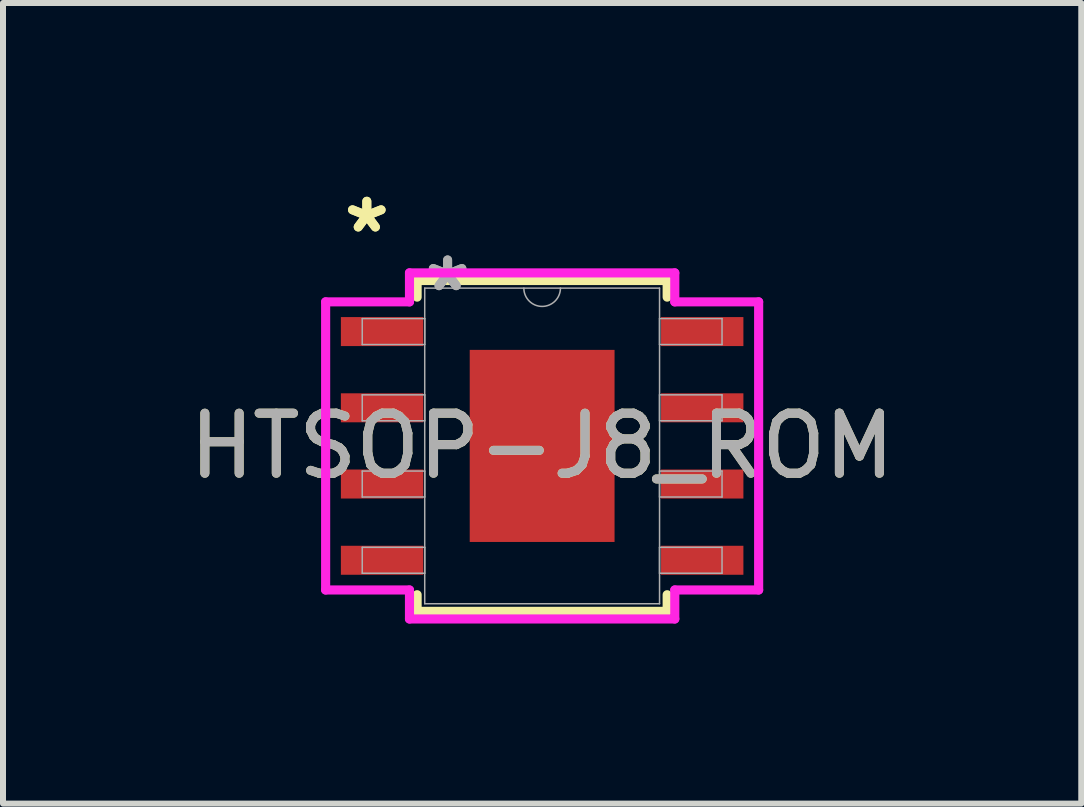
<source format=kicad_pcb>
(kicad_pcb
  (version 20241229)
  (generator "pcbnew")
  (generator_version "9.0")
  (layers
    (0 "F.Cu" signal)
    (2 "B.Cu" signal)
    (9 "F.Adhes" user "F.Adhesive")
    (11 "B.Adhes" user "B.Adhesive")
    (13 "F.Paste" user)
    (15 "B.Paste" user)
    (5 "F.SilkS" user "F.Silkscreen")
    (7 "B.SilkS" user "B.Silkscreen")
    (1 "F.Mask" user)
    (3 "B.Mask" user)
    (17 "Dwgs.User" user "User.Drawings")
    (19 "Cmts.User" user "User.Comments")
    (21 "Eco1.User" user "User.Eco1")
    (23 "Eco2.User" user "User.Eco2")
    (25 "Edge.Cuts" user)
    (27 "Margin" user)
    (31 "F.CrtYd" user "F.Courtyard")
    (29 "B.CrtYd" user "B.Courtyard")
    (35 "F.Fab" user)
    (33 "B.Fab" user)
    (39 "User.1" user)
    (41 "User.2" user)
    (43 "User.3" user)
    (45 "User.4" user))
  (footprint "HTSOP-J8_ROM"
    (layer "F.Cu")
    (at 5.982 4.379)
    (property "Reference" "HTSOP-J8_ROM" (at 0 0 0) (unlocked yes) (layer "F.SilkS") (effects (font (size 1 1) (thickness 0.15))))
    (attr smd)
    (fp_line (start -2.083 -2.756) (end -2.083 -2.479) (stroke (width 0.152) (type solid)) (layer "F.SilkS"))
    (fp_line (start -2.083 2.479) (end -2.083 2.756) (stroke (width 0.152) (type solid)) (layer "F.SilkS"))
    (fp_line (start -2.083 2.756) (end 2.083 2.756) (stroke (width 0.152) (type solid)) (layer "F.SilkS"))
    (fp_line (start 2.083 -2.756) (end -2.083 -2.756) (stroke (width 0.152) (type solid)) (layer "F.SilkS"))
    (fp_line (start 2.083 -2.479) (end 2.083 -2.756) (stroke (width 0.152) (type solid)) (layer "F.SilkS"))
    (fp_line (start 2.083 2.756) (end 2.083 2.479) (stroke (width 0.152) (type solid)) (layer "F.SilkS"))
    (fp_poly (pts (xy -1.107 -1.5) (xy -1.107 -0.1) (xy 1.107 -0.1) (xy 1.107 -1.5)) (stroke (width 0) (type solid)) (fill yes) (layer "F.Paste"))
    (fp_poly (pts (xy -1.107 0.1) (xy -1.107 1.5) (xy 1.107 1.5) (xy 1.107 0.1)) (stroke (width 0) (type solid)) (fill yes) (layer "F.Paste"))
    (fp_line (start -3.607 -2.4) (end -2.21 -2.4) (stroke (width 0.152) (type solid)) (layer "F.CrtYd"))
    (fp_line (start -3.607 2.4) (end -3.607 -2.4) (stroke (width 0.152) (type solid)) (layer "F.CrtYd"))
    (fp_line (start -3.607 2.4) (end -2.21 2.4) (stroke (width 0.152) (type solid)) (layer "F.CrtYd"))
    (fp_line (start -2.21 -2.883) (end 2.21 -2.883) (stroke (width 0.152) (type solid)) (layer "F.CrtYd"))
    (fp_line (start -2.21 -2.4) (end -2.21 -2.883) (stroke (width 0.152) (type solid)) (layer "F.CrtYd"))
    (fp_line (start -2.21 2.883) (end -2.21 2.4) (stroke (width 0.152) (type solid)) (layer "F.CrtYd"))
    (fp_line (start 2.21 -2.883) (end 2.21 -2.4) (stroke (width 0.152) (type solid)) (layer "F.CrtYd"))
    (fp_line (start 2.21 2.4) (end 2.21 2.883) (stroke (width 0.152) (type solid)) (layer "F.CrtYd"))
    (fp_line (start 2.21 2.883) (end -2.21 2.883) (stroke (width 0.152) (type solid)) (layer "F.CrtYd"))
    (fp_line (start 3.607 -2.4) (end 2.21 -2.4) (stroke (width 0.152) (type solid)) (layer "F.CrtYd"))
    (fp_line (start 3.607 -2.4) (end 3.607 2.4) (stroke (width 0.152) (type solid)) (layer "F.CrtYd"))
    (fp_line (start 3.607 2.4) (end 2.21 2.4) (stroke (width 0.152) (type solid)) (layer "F.CrtYd"))
    (fp_line (start -2.997 -2.121) (end -2.997 -1.689) (stroke (width 0.025) (type solid)) (layer "F.Fab"))
    (fp_line (start -2.997 -1.689) (end -1.956 -1.689) (stroke (width 0.025) (type solid)) (layer "F.Fab"))
    (fp_line (start -2.997 -0.851) (end -2.997 -0.419) (stroke (width 0.025) (type solid)) (layer "F.Fab"))
    (fp_line (start -2.997 -0.419) (end -1.956 -0.419) (stroke (width 0.025) (type solid)) (layer "F.Fab"))
    (fp_line (start -2.997 0.419) (end -2.997 0.851) (stroke (width 0.025) (type solid)) (layer "F.Fab"))
    (fp_line (start -2.997 0.851) (end -1.956 0.851) (stroke (width 0.025) (type solid)) (layer "F.Fab"))
    (fp_line (start -2.997 1.689) (end -2.997 2.121) (stroke (width 0.025) (type solid)) (layer "F.Fab"))
    (fp_line (start -2.997 2.121) (end -1.956 2.121) (stroke (width 0.025) (type solid)) (layer "F.Fab"))
    (fp_line (start -1.956 -2.629) (end -1.956 2.629) (stroke (width 0.025) (type solid)) (layer "F.Fab"))
    (fp_line (start -1.956 -2.121) (end -2.997 -2.121) (stroke (width 0.025) (type solid)) (layer "F.Fab"))
    (fp_line (start -1.956 -1.689) (end -1.956 -2.121) (stroke (width 0.025) (type solid)) (layer "F.Fab"))
    (fp_line (start -1.956 -0.851) (end -2.997 -0.851) (stroke (width 0.025) (type solid)) (layer "F.Fab"))
    (fp_line (start -1.956 -0.419) (end -1.956 -0.851) (stroke (width 0.025) (type solid)) (layer "F.Fab"))
    (fp_line (start -1.956 0.419) (end -2.997 0.419) (stroke (width 0.025) (type solid)) (layer "F.Fab"))
    (fp_line (start -1.956 0.851) (end -1.956 0.419) (stroke (width 0.025) (type solid)) (layer "F.Fab"))
    (fp_line (start -1.956 1.689) (end -2.997 1.689) (stroke (width 0.025) (type solid)) (layer "F.Fab"))
    (fp_line (start -1.956 2.121) (end -1.956 1.689) (stroke (width 0.025) (type solid)) (layer "F.Fab"))
    (fp_line (start -1.956 2.629) (end 1.956 2.629) (stroke (width 0.025) (type solid)) (layer "F.Fab"))
    (fp_line (start 1.956 -2.629) (end -1.956 -2.629) (stroke (width 0.025) (type solid)) (layer "F.Fab"))
    (fp_line (start 1.956 -2.121) (end 1.956 -1.689) (stroke (width 0.025) (type solid)) (layer "F.Fab"))
    (fp_line (start 1.956 -1.689) (end 2.997 -1.689) (stroke (width 0.025) (type solid)) (layer "F.Fab"))
    (fp_line (start 1.956 -0.851) (end 1.956 -0.419) (stroke (width 0.025) (type solid)) (layer "F.Fab"))
    (fp_line (start 1.956 -0.419) (end 2.997 -0.419) (stroke (width 0.025) (type solid)) (layer "F.Fab"))
    (fp_line (start 1.956 0.419) (end 1.956 0.851) (stroke (width 0.025) (type solid)) (layer "F.Fab"))
    (fp_line (start 1.956 0.851) (end 2.997 0.851) (stroke (width 0.025) (type solid)) (layer "F.Fab"))
    (fp_line (start 1.956 1.689) (end 1.956 2.121) (stroke (width 0.025) (type solid)) (layer "F.Fab"))
    (fp_line (start 1.956 2.121) (end 2.997 2.121) (stroke (width 0.025) (type solid)) (layer "F.Fab"))
    (fp_line (start 1.956 2.629) (end 1.956 -2.629) (stroke (width 0.025) (type solid)) (layer "F.Fab"))
    (fp_line (start 2.997 -2.121) (end 1.956 -2.121) (stroke (width 0.025) (type solid)) (layer "F.Fab"))
    (fp_line (start 2.997 -1.689) (end 2.997 -2.121) (stroke (width 0.025) (type solid)) (layer "F.Fab"))
    (fp_line (start 2.997 -0.851) (end 1.956 -0.851) (stroke (width 0.025) (type solid)) (layer "F.Fab"))
    (fp_line (start 2.997 -0.419) (end 2.997 -0.851) (stroke (width 0.025) (type solid)) (layer "F.Fab"))
    (fp_line (start 2.997 0.419) (end 1.956 0.419) (stroke (width 0.025) (type solid)) (layer "F.Fab"))
    (fp_line (start 2.997 0.851) (end 2.997 0.419) (stroke (width 0.025) (type solid)) (layer "F.Fab"))
    (fp_line (start 2.997 1.689) (end 1.956 1.689) (stroke (width 0.025) (type solid)) (layer "F.Fab"))
    (fp_line (start 2.997 2.121) (end 2.997 1.689) (stroke (width 0.025) (type solid)) (layer "F.Fab"))
    (fp_arc (start 0.3048 -2.6289) (mid 0 -2.3241) (end -0.3048 -2.6289) (stroke (width 0.0254) (type solid)) (layer "F.Fab"))
    (fp_text user "*" (at -2.921 -3.531 0) (unlocked yes) (layer "F.SilkS") (effects (font (size 1 1) (thickness 0.15))))
    (fp_text user "*" (at -2.921 -3.531 0) (layer "F.SilkS") (effects (font (size 1 1) (thickness 0.15))))
    (fp_text user "*" (at -1.575 -2.553 0) (layer "F.Fab") (effects (font (size 1 1) (thickness 0.15))))
    (fp_text user "${REFERENCE}" (at 0 0 0) (unlocked yes) (layer "F.Fab") (effects (font (size 1 1) (thickness 0.15))))
    (fp_text user "*" (at -1.575 -2.553 0) (unlocked yes) (layer "F.Fab") (effects (font (size 1 1) (thickness 0.15))))
    (pad "1" smd rect (at -2.667 -1.905) (size 1.372 0.483) (layers "F.Cu" "F.Mask" "F.Paste"))
    (pad "2" smd rect (at -2.667 -0.635) (size 1.372 0.483) (layers "F.Cu" "F.Mask" "F.Paste"))
    (pad "3" smd rect (at -2.667 0.635) (size 1.372 0.483) (layers "F.Cu" "F.Mask" "F.Paste"))
    (pad "4" smd rect (at -2.667 1.905) (size 1.372 0.483) (layers "F.Cu" "F.Mask" "F.Paste"))
    (pad "5" smd rect (at 2.667 1.905) (size 1.372 0.483) (layers "F.Cu" "F.Mask" "F.Paste"))
    (pad "6" smd rect (at 2.667 0.635) (size 1.372 0.483) (layers "F.Cu" "F.Mask" "F.Paste"))
    (pad "7" smd rect (at 2.667 -0.635) (size 1.372 0.483) (layers "F.Cu" "F.Mask" "F.Paste"))
    (pad "8" smd rect (at 2.667 -1.905) (size 1.372 0.483) (layers "F.Cu" "F.Mask" "F.Paste"))
    (pad "EPAD" smd rect (at 0 0) (size 2.413 3.2) (layers "F.Cu" "F.Mask")))
  (gr_rect
    (start -3 -3)
    (end 14.964 10.338)
    (stroke (width 0.1) (type default))
    (fill no)
    (layer "Edge.Cuts")))
</source>
